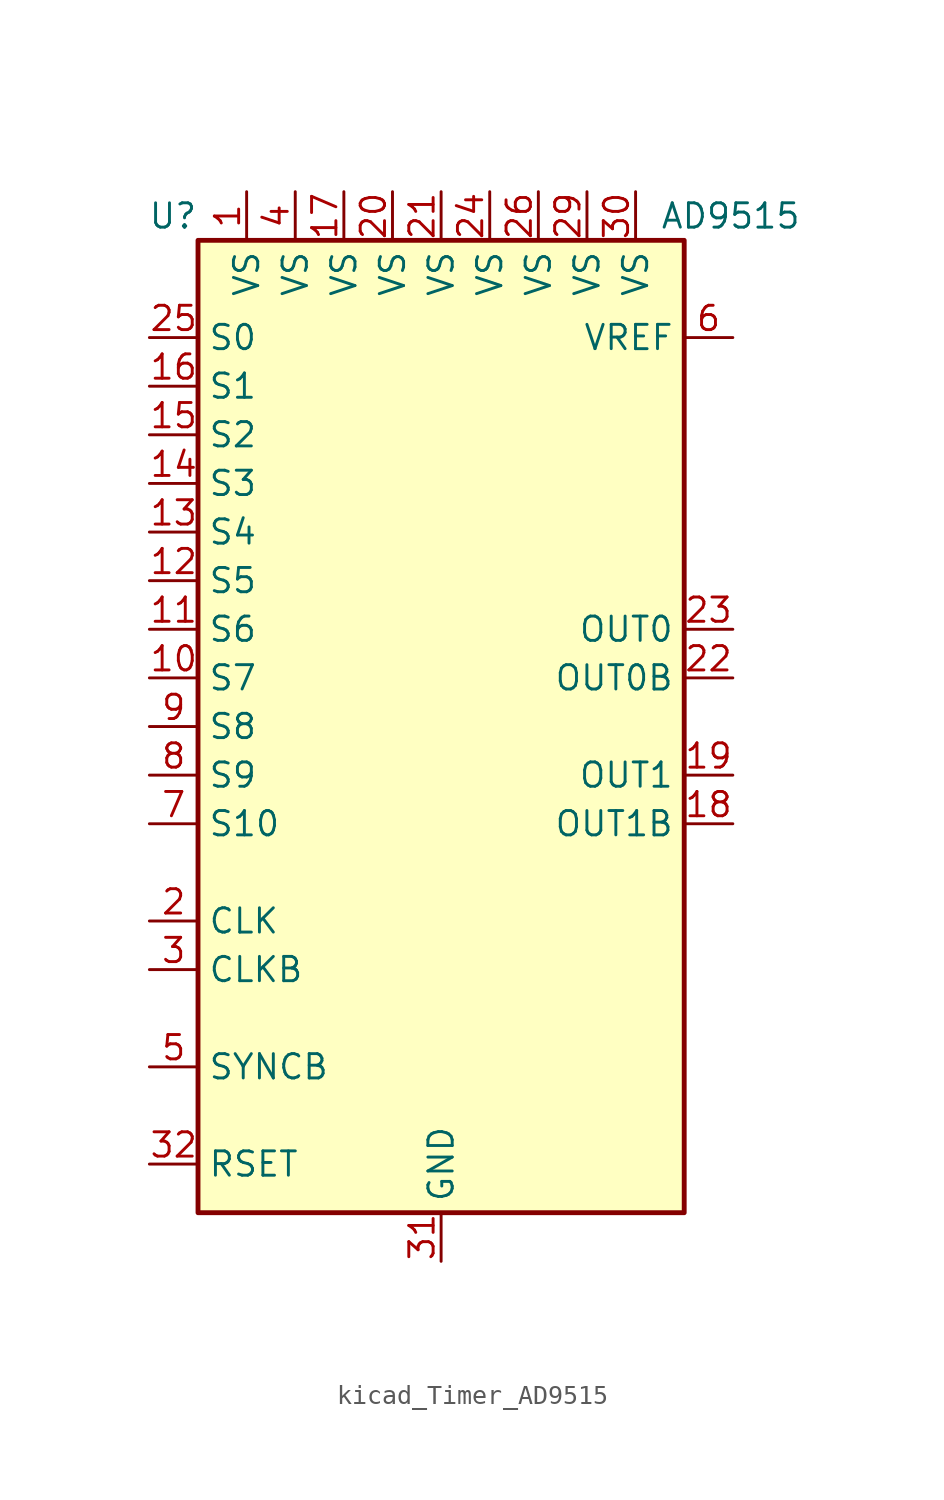
<source format=kicad_sym>
(kicad_symbol_lib
  (version 20220914)
  (generator kicad_symbol_editor)
  (symbol "kicad_Timer_AD9515"
    (property "Reference" "U"
      (at -12.7 26.67 0)
      (effects (font (size 1.27 1.27)) (justify right)))
    (property "Value" "AD9515"
      (at 11.43 26.67 0)
      (effects (font (size 1.27 1.27)) (justify left)))
    (symbol "kicad_Timer_AD9515_1_1"
      (rectangle (start -12.7 25.4) (end 12.7 -25.4) (stroke (width 0.254) (type default)) (fill (type background)))
      (pin power_in line (at -10.16 27.94 270) (length 2.54) (name "VS" (effects (font (size 1.27 1.27)))) (number "1" (effects (font (size 1.27 1.27)))))
      (pin input line (at -15.24 2.54 0) (length 2.54) (name "S7" (effects (font (size 1.27 1.27)))) (number "10" (effects (font (size 1.27 1.27)))))
      (pin input line (at -15.24 5.08 0) (length 2.54) (name "S6" (effects (font (size 1.27 1.27)))) (number "11" (effects (font (size 1.27 1.27)))))
      (pin input line (at -15.24 7.62 0) (length 2.54) (name "S5" (effects (font (size 1.27 1.27)))) (number "12" (effects (font (size 1.27 1.27)))))
      (pin input line (at -15.24 10.16 0) (length 2.54) (name "S4" (effects (font (size 1.27 1.27)))) (number "13" (effects (font (size 1.27 1.27)))))
      (pin input line (at -15.24 12.7 0) (length 2.54) (name "S3" (effects (font (size 1.27 1.27)))) (number "14" (effects (font (size 1.27 1.27)))))
      (pin input line (at -15.24 15.24 0) (length 2.54) (name "S2" (effects (font (size 1.27 1.27)))) (number "15" (effects (font (size 1.27 1.27)))))
      (pin input line (at -15.24 17.78 0) (length 2.54) (name "S1" (effects (font (size 1.27 1.27)))) (number "16" (effects (font (size 1.27 1.27)))))
      (pin power_in line (at -5.08 27.94 270) (length 2.54) (name "VS" (effects (font (size 1.27 1.27)))) (number "17" (effects (font (size 1.27 1.27)))))
      (pin output line (at 15.24 -5.08 180) (length 2.54) (name "OUT1B" (effects (font (size 1.27 1.27)))) (number "18" (effects (font (size 1.27 1.27)))))
      (pin output line (at 15.24 -2.54 180) (length 2.54) (name "OUT1" (effects (font (size 1.27 1.27)))) (number "19" (effects (font (size 1.27 1.27)))))
      (pin input line (at -15.24 -10.16 0) (length 2.54) (name "CLK" (effects (font (size 1.27 1.27)))) (number "2" (effects (font (size 1.27 1.27)))))
      (pin power_in line (at -2.54 27.94 270) (length 2.54) (name "VS" (effects (font (size 1.27 1.27)))) (number "20" (effects (font (size 1.27 1.27)))))
      (pin power_in line (at 0 27.94 270) (length 2.54) (name "VS" (effects (font (size 1.27 1.27)))) (number "21" (effects (font (size 1.27 1.27)))))
      (pin output line (at 15.24 2.54 180) (length 2.54) (name "OUT0B" (effects (font (size 1.27 1.27)))) (number "22" (effects (font (size 1.27 1.27)))))
      (pin output line (at 15.24 5.08 180) (length 2.54) (name "OUT0" (effects (font (size 1.27 1.27)))) (number "23" (effects (font (size 1.27 1.27)))))
      (pin power_in line (at 2.54 27.94 270) (length 2.54) (name "VS" (effects (font (size 1.27 1.27)))) (number "24" (effects (font (size 1.27 1.27)))))
      (pin input line (at -15.24 20.32 0) (length 2.54) (name "S0" (effects (font (size 1.27 1.27)))) (number "25" (effects (font (size 1.27 1.27)))))
      (pin power_in line (at 5.08 27.94 270) (length 2.54) (name "VS" (effects (font (size 1.27 1.27)))) (number "26" (effects (font (size 1.27 1.27)))))
      (pin no_connect line (at 12.7 10.16 180) (length 2.54) hide (name "NC" (effects (font (size 1.27 1.27)))) (number "27" (effects (font (size 1.27 1.27)))))
      (pin no_connect line (at 12.7 12.7 180) (length 2.54) hide (name "NC" (effects (font (size 1.27 1.27)))) (number "28" (effects (font (size 1.27 1.27)))))
      (pin power_in line (at 7.62 27.94 270) (length 2.54) (name "VS" (effects (font (size 1.27 1.27)))) (number "29" (effects (font (size 1.27 1.27)))))
      (pin input line (at -15.24 -12.7 0) (length 2.54) (name "CLKB" (effects (font (size 1.27 1.27)))) (number "3" (effects (font (size 1.27 1.27)))))
      (pin power_in line (at 10.16 27.94 270) (length 2.54) (name "VS" (effects (font (size 1.27 1.27)))) (number "30" (effects (font (size 1.27 1.27)))))
      (pin power_in line (at 0 -27.94 90) (length 2.54) (name "GND" (effects (font (size 1.27 1.27)))) (number "31" (effects (font (size 1.27 1.27)))))
      (pin passive line (at -15.24 -22.86 0) (length 2.54) (name "RSET" (effects (font (size 1.27 1.27)))) (number "32" (effects (font (size 1.27 1.27)))))
      (pin passive line (at 0 -27.94 90) (length 2.54) hide (name "GND" (effects (font (size 1.27 1.27)))) (number "33" (effects (font (size 1.27 1.27)))))
      (pin power_in line (at -7.62 27.94 270) (length 2.54) (name "VS" (effects (font (size 1.27 1.27)))) (number "4" (effects (font (size 1.27 1.27)))))
      (pin input line (at -15.24 -17.78 0) (length 2.54) (name "SYNCB" (effects (font (size 1.27 1.27)))) (number "5" (effects (font (size 1.27 1.27)))))
      (pin power_out line (at 15.24 20.32 180) (length 2.54) (name "VREF" (effects (font (size 1.27 1.27)))) (number "6" (effects (font (size 1.27 1.27)))))
      (pin input line (at -15.24 -5.08 0) (length 2.54) (name "S10" (effects (font (size 1.27 1.27)))) (number "7" (effects (font (size 1.27 1.27)))))
      (pin input line (at -15.24 -2.54 0) (length 2.54) (name "S9" (effects (font (size 1.27 1.27)))) (number "8" (effects (font (size 1.27 1.27)))))
      (pin input line (at -15.24 0 0) (length 2.54) (name "S8" (effects (font (size 1.27 1.27)))) (number "9" (effects (font (size 1.27 1.27))))))))
</source>
